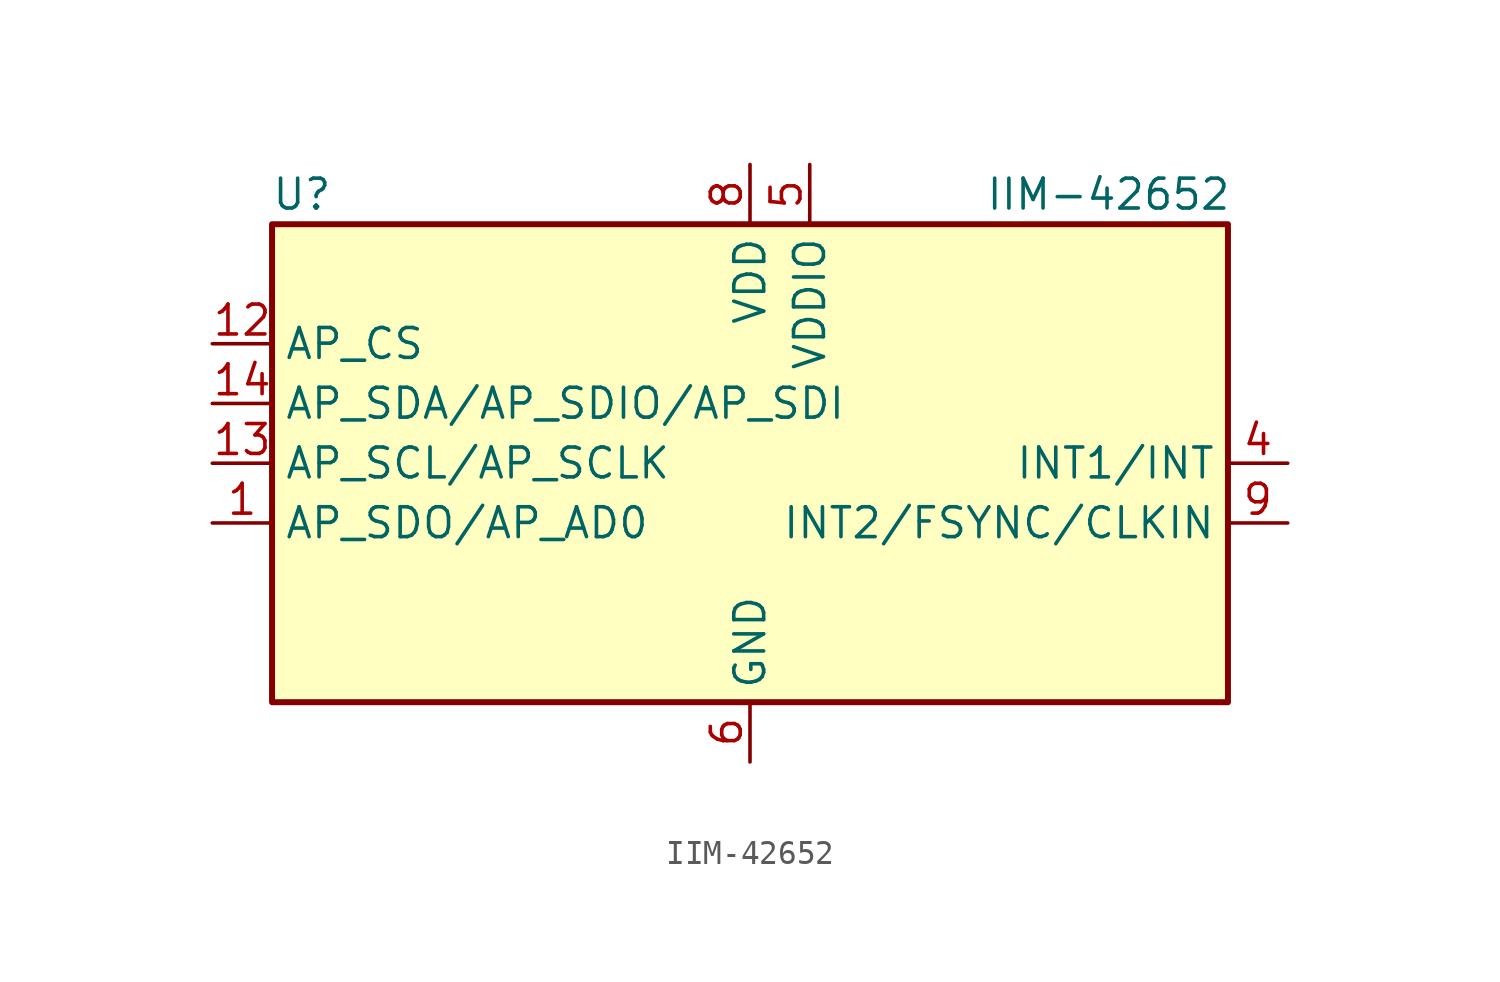
<source format=kicad_sym>
(kicad_symbol_lib
  (version 20231120)
  (generator "kicad_symbol_editor")
  (generator_version "8.0")
  (symbol "IIM-42652"
    (property "Reference" "U"
      (at -19.05 11.43 0)
      (effects (font (size 1.27 1.27))))
    (property "Value" "IIM-42652"
      (at 15.24 11.43 0)
      (effects (font (size 1.27 1.27))))
    (symbol "IIM-42652_0_1"
      (rectangle (start -20.32 10.16) (end 20.32 -10.16) (stroke (width 0.254) (type default)) (fill (type background))))
    (symbol "IIM-42652_1_1"
      (pin input line (at -22.86 -2.54 0) (length 2.54) (name "AP_SDO/AP_AD0" (effects (font (size 1.27 1.27)))) (number "1" (effects (font (size 1.27 1.27)))))
      (pin no_connect line (at 20.32 2.54 180) (length 2.54) hide (name "RESV" (effects (font (size 1.27 1.27)))) (number "10" (effects (font (size 1.27 1.27)))))
      (pin no_connect line (at 20.32 -7.62 180) (length 2.54) hide (name "RESV" (effects (font (size 1.27 1.27)))) (number "11" (effects (font (size 1.27 1.27)))))
      (pin input line (at -22.86 5.08 0) (length 2.54) (name "AP_CS" (effects (font (size 1.27 1.27)))) (number "12" (effects (font (size 1.27 1.27)))))
      (pin input line (at -22.86 0 0) (length 2.54) (name "AP_SCL/AP_SCLK" (effects (font (size 1.27 1.27)))) (number "13" (effects (font (size 1.27 1.27)))))
      (pin bidirectional line (at -22.86 2.54 0) (length 2.54) (name "AP_SDA/AP_SDIO/AP_SDI" (effects (font (size 1.27 1.27)))) (number "14" (effects (font (size 1.27 1.27)))))
      (pin no_connect line (at 20.32 7.62 180) (length 2.54) hide (name "RESV" (effects (font (size 1.27 1.27)))) (number "2" (effects (font (size 1.27 1.27)))))
      (pin no_connect line (at 20.32 5.08 180) (length 2.54) hide (name "RESV" (effects (font (size 1.27 1.27)))) (number "3" (effects (font (size 1.27 1.27)))))
      (pin output line (at 22.86 0 180) (length 2.54) (name "INT1/INT" (effects (font (size 1.27 1.27)))) (number "4" (effects (font (size 1.27 1.27)))))
      (pin power_in line (at 2.54 12.7 270) (length 2.54) (name "VDDIO" (effects (font (size 1.27 1.27)))) (number "5" (effects (font (size 1.27 1.27)))))
      (pin power_in line (at 0 -12.7 90) (length 2.54) (name "GND" (effects (font (size 1.27 1.27)))) (number "6" (effects (font (size 1.27 1.27)))))
      (pin passive line (at 0 -12.7 90) (length 2.54) hide (name "GND" (effects (font (size 1.27 1.27)))) (number "7" (effects (font (size 1.27 1.27)))))
      (pin power_in line (at 0 12.7 270) (length 2.54) (name "VDD" (effects (font (size 1.27 1.27)))) (number "8" (effects (font (size 1.27 1.27)))))
      (pin bidirectional line (at 22.86 -2.54 180) (length 2.54) (name "INT2/FSYNC/CLKIN" (effects (font (size 1.27 1.27)))) (number "9" (effects (font (size 1.27 1.27))))))))
</source>
